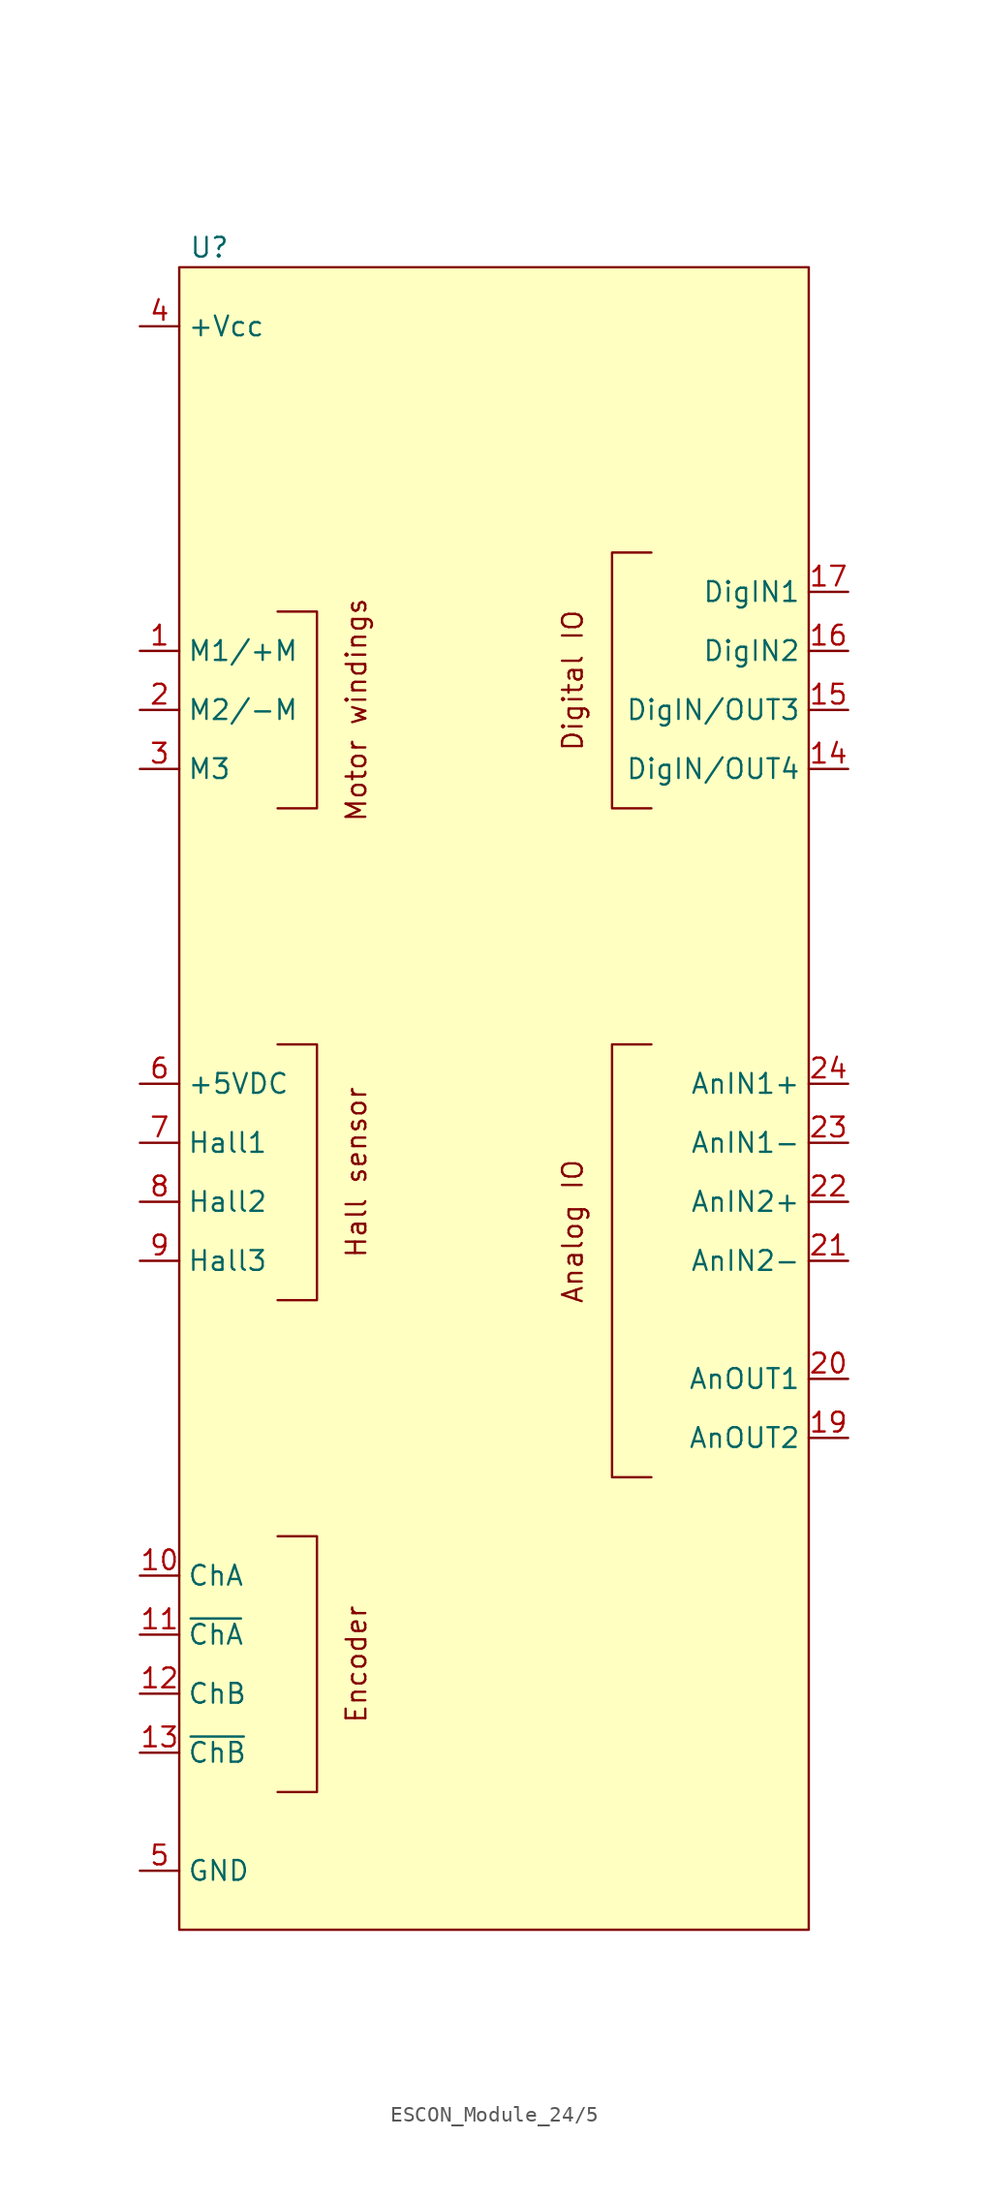
<source format=kicad_sym>
(kicad_symbol_lib
  (version 20220914)
  (generator kicad_symbol_editor)
  (symbol "ESCON_Module_24/5"
    (property "Reference" "U"
      (at -19.685 53.975 0)
      (effects (font (size 1.27 1.27)) (justify left)))
    (property "Value" ""
      (at 11.43 2.54 0)
      (effects (font (size 1.27 1.27))))
    (symbol "ESCON_Module_24/5_1_1"
      (rectangle (start -20.32 52.705) (end 20.32 -54.61) (stroke (width 0) (type default)) (fill (type background)))
      (polyline (pts (xy -13.97 -29.21) (xy -11.43 -29.21) (xy -11.43 -45.72) (xy -13.97 -45.72)) (stroke (width 0) (type default)) (fill (type none)))
      (polyline (pts (xy -13.97 -13.97) (xy -11.43 -13.97) (xy -11.43 2.54) (xy -13.97 2.54)) (stroke (width 0) (type default)) (fill (type none)))
      (polyline (pts (xy -13.97 17.78) (xy -11.43 17.78) (xy -11.43 30.48) (xy -13.97 30.48)) (stroke (width 0) (type default)) (fill (type none)))
      (polyline (pts (xy 10.16 2.54) (xy 7.62 2.54) (xy 7.62 -25.4) (xy 10.16 -25.4)) (stroke (width 0) (type default)) (fill (type none)))
      (polyline (pts (xy 10.16 34.29) (xy 7.62 34.29) (xy 7.62 17.78) (xy 10.16 17.78)) (stroke (width 0) (type default)) (fill (type none)))
      (text "Analog IO" (at 5.08 -9.525 900) (effects (font (size 1.27 1.27))))
      (text "Digital IO" (at 5.08 26.035 900) (effects (font (size 1.27 1.27))))
      (text "Encoder" (at -8.89 -37.465 900) (effects (font (size 1.27 1.27))))
      (text "Hall sensor" (at -8.89 -5.715 900) (effects (font (size 1.27 1.27))))
      (text "Motor windings" (at -8.89 24.13 900) (effects (font (size 1.27 1.27))))
      (pin passive line (at -22.86 27.94 0) (length 2.54) (name "M1/+M" (effects (font (size 1.27 1.27)))) (number "1" (effects (font (size 1.27 1.27)))))
      (pin bidirectional line (at -22.86 -31.75 0) (length 2.54) (name "ChA" (effects (font (size 1.27 1.27)))) (number "10" (effects (font (size 1.27 1.27)))))
      (pin bidirectional line (at -22.86 -35.56 0) (length 2.54) (name "~{ChA}" (effects (font (size 1.27 1.27)))) (number "11" (effects (font (size 1.27 1.27)))))
      (pin bidirectional line (at -22.86 -39.37 0) (length 2.54) (name "ChB" (effects (font (size 1.27 1.27)))) (number "12" (effects (font (size 1.27 1.27)))))
      (pin bidirectional line (at -22.86 -43.18 0) (length 2.54) (name "~{ChB}" (effects (font (size 1.27 1.27)))) (number "13" (effects (font (size 1.27 1.27)))))
      (pin bidirectional line (at 22.86 20.32 180) (length 2.54) (name "DigIN/OUT4" (effects (font (size 1.27 1.27)))) (number "14" (effects (font (size 1.27 1.27)))))
      (pin bidirectional line (at 22.86 24.13 180) (length 2.54) (name "DigIN/OUT3" (effects (font (size 1.27 1.27)))) (number "15" (effects (font (size 1.27 1.27)))))
      (pin bidirectional line (at 22.86 27.94 180) (length 2.54) (name "DigIN2" (effects (font (size 1.27 1.27)))) (number "16" (effects (font (size 1.27 1.27)))))
      (pin bidirectional line (at 22.86 31.75 180) (length 2.54) (name "DigIN1" (effects (font (size 1.27 1.27)))) (number "17" (effects (font (size 1.27 1.27)))))
      (pin power_in line (at -22.86 -50.8 0) (length 2.54) hide (name "GND" (effects (font (size 1.27 1.27)))) (number "18" (effects (font (size 1.27 1.27)))))
      (pin output line (at 22.86 -22.86 180) (length 2.54) (name "AnOUT2" (effects (font (size 1.27 1.27)))) (number "19" (effects (font (size 1.27 1.27)))))
      (pin passive line (at -22.86 24.13 0) (length 2.54) (name "M2/-M" (effects (font (size 1.27 1.27)))) (number "2" (effects (font (size 1.27 1.27)))))
      (pin output line (at 22.86 -19.05 180) (length 2.54) (name "AnOUT1" (effects (font (size 1.27 1.27)))) (number "20" (effects (font (size 1.27 1.27)))))
      (pin input line (at 22.86 -11.43 180) (length 2.54) (name "AnIN2-" (effects (font (size 1.27 1.27)))) (number "21" (effects (font (size 1.27 1.27)))))
      (pin input line (at 22.86 -7.62 180) (length 2.54) (name "AnIN2+" (effects (font (size 1.27 1.27)))) (number "22" (effects (font (size 1.27 1.27)))))
      (pin input line (at 22.86 -3.81 180) (length 2.54) (name "AnIN1-" (effects (font (size 1.27 1.27)))) (number "23" (effects (font (size 1.27 1.27)))))
      (pin input line (at 22.86 0 180) (length 2.54) (name "AnIN1+" (effects (font (size 1.27 1.27)))) (number "24" (effects (font (size 1.27 1.27)))))
      (pin passive line (at -22.86 20.32 0) (length 2.54) (name "M3" (effects (font (size 1.27 1.27)))) (number "3" (effects (font (size 1.27 1.27)))))
      (pin power_in line (at -22.86 48.895 0) (length 2.54) (name "+Vcc" (effects (font (size 1.27 1.27)))) (number "4" (effects (font (size 1.27 1.27)))))
      (pin power_in line (at -22.86 -50.8 0) (length 2.54) (name "GND" (effects (font (size 1.27 1.27)))) (number "5" (effects (font (size 1.27 1.27)))))
      (pin power_out line (at -22.86 0 0) (length 2.54) (name "+5VDC" (effects (font (size 1.27 1.27)))) (number "6" (effects (font (size 1.27 1.27)))))
      (pin input line (at -22.86 -3.81 0) (length 2.54) (name "Hall1" (effects (font (size 1.27 1.27)))) (number "7" (effects (font (size 1.27 1.27)))))
      (pin input line (at -22.86 -7.62 0) (length 2.54) (name "Hall2" (effects (font (size 1.27 1.27)))) (number "8" (effects (font (size 1.27 1.27)))))
      (pin input line (at -22.86 -11.43 0) (length 2.54) (name "Hall3" (effects (font (size 1.27 1.27)))) (number "9" (effects (font (size 1.27 1.27))))))))
</source>
